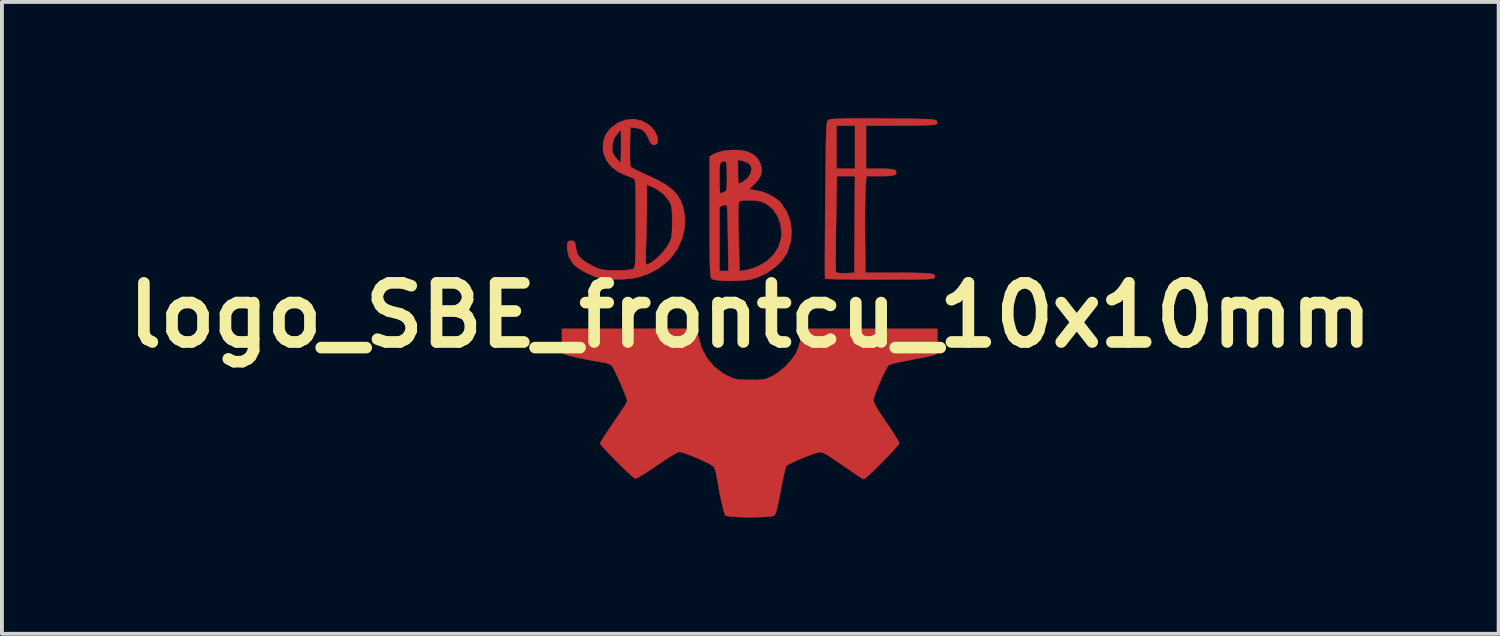
<source format=kicad_pcb>
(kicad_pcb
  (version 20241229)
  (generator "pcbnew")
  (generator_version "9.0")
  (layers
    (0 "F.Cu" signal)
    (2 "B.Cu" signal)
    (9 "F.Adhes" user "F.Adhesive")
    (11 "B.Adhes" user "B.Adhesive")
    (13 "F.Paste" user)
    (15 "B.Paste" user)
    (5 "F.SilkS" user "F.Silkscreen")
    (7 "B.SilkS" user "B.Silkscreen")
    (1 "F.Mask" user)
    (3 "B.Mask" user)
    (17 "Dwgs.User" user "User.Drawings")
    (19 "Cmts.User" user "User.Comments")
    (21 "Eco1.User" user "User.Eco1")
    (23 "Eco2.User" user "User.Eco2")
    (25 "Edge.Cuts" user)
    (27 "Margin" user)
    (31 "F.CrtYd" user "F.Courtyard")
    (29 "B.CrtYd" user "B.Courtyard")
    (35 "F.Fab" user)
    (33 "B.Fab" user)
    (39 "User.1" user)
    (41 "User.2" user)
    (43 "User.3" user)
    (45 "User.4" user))
  (footprint "logo_SBE_frontcu_10x10mm"
    (layer "F.Cu")
    (at 16.3 5.08)
    (property "Reference" "logo_SBE_frontcu_10x10mm" (at 0 0 0) (layer "F.SilkS") (effects (font (size 1.524 1.524) (thickness 0.3))))
    (attr through_hole)
    (fp_poly (pts (xy 3.025 -5.074) (xy 3.349 -5.073) (xy 3.424 -5.072) (xy 3.753 -5.07) (xy 4.024 -5.068) (xy 4.243 -5.065) (xy 4.416 -5.062) (xy 4.548 -5.058) (xy 4.646 -5.053) (xy 4.714 -5.046) (xy 4.759 -5.037) (xy 4.787 -5.027) (xy 4.802 -5.014) (xy 4.807 -5.008) (xy 4.824 -4.955) (xy 4.794 -4.921) (xy 4.75 -4.912) (xy 4.65 -4.905) (xy 4.501 -4.899) (xy 4.312 -4.894) (xy 4.089 -4.891) (xy 3.866 -4.89) (xy 2.985 -4.889) (xy 2.985 -3.778) (xy 3.346 -3.778) (xy 3.513 -3.776) (xy 3.627 -3.77) (xy 3.699 -3.757) (xy 3.739 -3.738) (xy 3.747 -3.731) (xy 3.77 -3.68) (xy 3.747 -3.635) (xy 3.714 -3.613) (xy 3.652 -3.599) (xy 3.551 -3.591) (xy 3.399 -3.588) (xy 3.349 -3.588) (xy 2.991 -3.588) (xy 2.97 -3.199) (xy 2.964 -3.057) (xy 2.96 -2.866) (xy 2.958 -2.639) (xy 2.957 -2.391) (xy 2.957 -2.135) (xy 2.959 -1.953) (xy 2.969 -1.097) (xy 3.833 -1.095) (xy 4.106 -1.094) (xy 4.322 -1.091) (xy 4.487 -1.086) (xy 4.607 -1.078) (xy 4.687 -1.066) (xy 4.736 -1.049) (xy 4.758 -1.026) (xy 4.76 -0.997) (xy 4.752 -0.971) (xy 4.742 -0.958) (xy 4.718 -0.949) (xy 4.674 -0.941) (xy 4.606 -0.934) (xy 4.508 -0.929) (xy 4.374 -0.926) (xy 4.198 -0.923) (xy 3.976 -0.922) (xy 3.703 -0.921) (xy 3.371 -0.921) (xy 3.337 -0.921) (xy 3.045 -0.921) (xy 2.774 -0.923) (xy 2.529 -0.925) (xy 2.317 -0.928) (xy 2.145 -0.932) (xy 2.019 -0.936) (xy 1.945 -0.941) (xy 1.928 -0.945) (xy 1.926 -0.98) (xy 1.925 -1.073) (xy 1.924 -1.219) (xy 1.924 -1.412) (xy 1.924 -1.415) (xy 2.203 -1.415) (xy 2.204 -1.263) (xy 2.206 -1.158) (xy 2.209 -1.109) (xy 2.21 -1.106) (xy 2.248 -1.093) (xy 2.332 -1.086) (xy 2.445 -1.086) (xy 2.455 -1.086) (xy 2.683 -1.095) (xy 2.699 -3.588) (xy 2.466 -3.588) (xy 2.233 -3.588) (xy 2.212 -2.362) (xy 2.208 -2.088) (xy 2.205 -1.835) (xy 2.203 -1.608) (xy 2.203 -1.415) (xy 1.924 -1.415) (xy 1.925 -1.647) (xy 1.926 -1.918) (xy 1.928 -2.22) (xy 1.93 -2.548) (xy 1.933 -2.895) (xy 1.934 -2.979) (xy 1.938 -3.386) (xy 1.941 -3.734) (xy 1.945 -4.029) (xy 1.948 -4.273) (xy 1.952 -4.474) (xy 1.956 -4.634) (xy 1.96 -4.759) (xy 1.965 -4.853) (xy 1.969 -4.889) (xy 2.223 -4.889) (xy 2.223 -3.778) (xy 2.699 -3.778) (xy 2.699 -4.889) (xy 2.223 -4.889) (xy 1.969 -4.889) (xy 1.972 -4.922) (xy 1.979 -4.969) (xy 1.988 -5) (xy 1.998 -5.02) (xy 2.01 -5.032) (xy 2.015 -5.035) (xy 2.039 -5.047) (xy 2.081 -5.056) (xy 2.147 -5.063) (xy 2.242 -5.068) (xy 2.372 -5.072) (xy 2.542 -5.074) (xy 2.758 -5.075) (xy 3.025 -5.074)) (stroke (width 0.01) (type solid)) (fill yes) (layer "F.Cu"))
    (fp_poly (pts (xy -0.281 -4.259) (xy -0.114 -4.232) (xy -0.049 -4.21) (xy 0.087 -4.139) (xy 0.18 -4.053) (xy 0.253 -3.929) (xy 0.26 -3.914) (xy 0.299 -3.767) (xy 0.281 -3.627) (xy 0.202 -3.487) (xy 0.108 -3.383) (xy -0.035 -3.246) (xy 0.141 -3.224) (xy 0.315 -3.184) (xy 0.495 -3.111) (xy 0.657 -3.016) (xy 0.781 -2.91) (xy 0.794 -2.895) (xy 0.939 -2.672) (xy 1.03 -2.424) (xy 1.065 -2.164) (xy 1.044 -1.901) (xy 0.964 -1.646) (xy 0.937 -1.588) (xy 0.814 -1.407) (xy 0.642 -1.24) (xy 0.433 -1.094) (xy 0.201 -0.982) (xy 0.053 -0.933) (xy -0.059 -0.912) (xy -0.204 -0.898) (xy -0.368 -0.889) (xy -0.538 -0.887) (xy -0.699 -0.891) (xy -0.839 -0.901) (xy -0.943 -0.917) (xy -0.998 -0.939) (xy -0.998 -0.939) (xy -1.009 -0.956) (xy -1.019 -0.987) (xy -1.027 -1.035) (xy -1.033 -1.108) (xy -1.038 -1.209) (xy -1.042 -1.345) (xy -1.045 -1.52) (xy -1.046 -1.739) (xy -1.047 -2.009) (xy -1.048 -2.334) (xy -1.048 -2.542) (xy -1.048 -2.796) (xy -0.794 -2.796) (xy -0.794 -1.143) (xy -0.565 -1.143) (xy -0.576 -1.982) (xy -0.58 -2.206) (xy -0.584 -2.41) (xy -0.59 -2.583) (xy -0.594 -2.687) (xy -0.311 -2.687) (xy -0.311 -2.506) (xy -0.307 -2.268) (xy -0.301 -2.018) (xy -0.277 -1.14) (xy -0.131 -1.16) (xy -0.021 -1.185) (xy 0.111 -1.229) (xy 0.211 -1.27) (xy 0.433 -1.401) (xy 0.606 -1.567) (xy 0.728 -1.763) (xy 0.793 -1.984) (xy 0.805 -2.127) (xy 0.778 -2.351) (xy 0.704 -2.554) (xy 0.588 -2.726) (xy 0.436 -2.857) (xy 0.298 -2.924) (xy 0.201 -2.947) (xy 0.078 -2.96) (xy -0.051 -2.965) (xy -0.169 -2.96) (xy -0.256 -2.946) (xy -0.289 -2.93) (xy -0.3 -2.896) (xy -0.307 -2.816) (xy -0.311 -2.687) (xy -0.594 -2.687) (xy -0.596 -2.718) (xy -0.601 -2.807) (xy -0.607 -2.84) (xy -0.647 -2.844) (xy -0.71 -2.827) (xy -0.794 -2.796) (xy -1.048 -2.796) (xy -1.048 -3.537) (xy -0.794 -3.537) (xy -0.793 -3.387) (xy -0.79 -3.264) (xy -0.786 -3.178) (xy -0.78 -3.144) (xy -0.78 -3.143) (xy -0.743 -3.153) (xy -0.685 -3.174) (xy -0.65 -3.189) (xy -0.627 -3.21) (xy -0.613 -3.25) (xy -0.606 -3.318) (xy -0.604 -3.428) (xy -0.603 -3.587) (xy -0.604 -3.701) (xy -0.318 -3.701) (xy -0.316 -3.571) (xy -0.311 -3.469) (xy -0.305 -3.408) (xy -0.3 -3.397) (xy -0.262 -3.41) (xy -0.195 -3.442) (xy -0.192 -3.444) (xy -0.073 -3.533) (xy 0.005 -3.648) (xy 0.032 -3.766) (xy 0.01 -3.862) (xy -0.061 -3.931) (xy -0.186 -3.978) (xy -0.214 -3.984) (xy -0.318 -4.006) (xy -0.318 -3.701) (xy -0.604 -3.701) (xy -0.604 -3.755) (xy -0.61 -3.869) (xy -0.623 -3.937) (xy -0.647 -3.967) (xy -0.686 -3.968) (xy -0.743 -3.95) (xy -0.744 -3.949) (xy -0.765 -3.932) (xy -0.779 -3.892) (xy -0.788 -3.819) (xy -0.793 -3.702) (xy -0.794 -3.537) (xy -1.048 -3.537) (xy -1.048 -4.094) (xy -0.976 -4.14) (xy -0.841 -4.201) (xy -0.665 -4.242) (xy -0.471 -4.262) (xy -0.281 -4.259)) (stroke (width 0.01) (type solid)) (fill yes) (layer "F.Cu"))
    (fp_poly (pts (xy -2.816 -5.021) (xy -2.638 -4.928) (xy -2.534 -4.837) (xy -2.452 -4.729) (xy -2.401 -4.618) (xy -2.382 -4.516) (xy -2.398 -4.437) (xy -2.448 -4.396) (xy -2.51 -4.391) (xy -2.561 -4.428) (xy -2.609 -4.513) (xy -2.634 -4.577) (xy -2.712 -4.715) (xy -2.825 -4.801) (xy -2.969 -4.834) (xy -3.096 -4.842) (xy -3.104 -4.35) (xy -3.105 -4.178) (xy -3.103 -4.028) (xy -3.099 -3.912) (xy -3.092 -3.841) (xy -3.088 -3.825) (xy -3.051 -3.801) (xy -2.968 -3.758) (xy -2.848 -3.7) (xy -2.703 -3.633) (xy -2.637 -3.604) (xy -2.375 -3.48) (xy -2.168 -3.361) (xy -2.008 -3.24) (xy -1.887 -3.11) (xy -1.799 -2.965) (xy -1.735 -2.798) (xy -1.733 -2.792) (xy -1.685 -2.524) (xy -1.695 -2.248) (xy -1.76 -1.975) (xy -1.877 -1.717) (xy -2.043 -1.484) (xy -2.11 -1.412) (xy -2.354 -1.213) (xy -2.637 -1.062) (xy -2.923 -0.97) (xy -3.066 -0.946) (xy -3.243 -0.931) (xy -3.435 -0.925) (xy -3.622 -0.928) (xy -3.786 -0.94) (xy -3.909 -0.961) (xy -3.921 -0.965) (xy -4.104 -1.033) (xy -4.279 -1.117) (xy -4.431 -1.208) (xy -4.544 -1.297) (xy -4.571 -1.326) (xy -4.675 -1.499) (xy -4.724 -1.692) (xy -4.725 -1.804) (xy -4.713 -1.881) (xy -4.684 -1.914) (xy -4.621 -1.921) (xy -4.62 -1.921) (xy -4.561 -1.916) (xy -4.53 -1.889) (xy -4.512 -1.824) (xy -4.504 -1.774) (xy -4.484 -1.67) (xy -4.457 -1.582) (xy -4.448 -1.561) (xy -4.373 -1.471) (xy -4.245 -1.373) (xy -4.072 -1.275) (xy -4.015 -1.247) (xy -3.929 -1.209) (xy -3.852 -1.184) (xy -3.769 -1.169) (xy -3.663 -1.161) (xy -3.516 -1.159) (xy -3.442 -1.159) (xy -3.249 -1.162) (xy -3.115 -1.171) (xy -3.034 -1.187) (xy -3.008 -1.2) (xy -2.995 -1.218) (xy -2.984 -1.251) (xy -2.975 -1.305) (xy -2.969 -1.387) (xy -2.964 -1.503) (xy -2.964 -1.513) (xy -2.695 -1.513) (xy -2.693 -1.391) (xy -2.687 -1.319) (xy -2.68 -1.302) (xy -2.636 -1.317) (xy -2.564 -1.355) (xy -2.546 -1.366) (xy -2.409 -1.47) (xy -2.271 -1.61) (xy -2.152 -1.762) (xy -2.09 -1.865) (xy -2.059 -1.937) (xy -2.037 -2.007) (xy -2.025 -2.093) (xy -2.018 -2.208) (xy -2.016 -2.367) (xy -2.016 -2.413) (xy -2.017 -2.581) (xy -2.021 -2.7) (xy -2.031 -2.785) (xy -2.048 -2.85) (xy -2.076 -2.91) (xy -2.101 -2.955) (xy -2.233 -3.118) (xy -2.417 -3.253) (xy -2.548 -3.317) (xy -2.667 -3.366) (xy -2.667 -2.911) (xy -2.668 -2.716) (xy -2.672 -2.481) (xy -2.677 -2.231) (xy -2.684 -1.989) (xy -2.688 -1.878) (xy -2.694 -1.678) (xy -2.695 -1.513) (xy -2.964 -1.513) (xy -2.96 -1.659) (xy -2.957 -1.861) (xy -2.956 -2.116) (xy -2.954 -2.362) (xy -2.954 -2.672) (xy -2.954 -2.924) (xy -2.956 -3.123) (xy -2.96 -3.275) (xy -2.965 -3.385) (xy -2.973 -3.459) (xy -2.982 -3.5) (xy -2.991 -3.515) (xy -3.044 -3.543) (xy -3.133 -3.579) (xy -3.182 -3.597) (xy -3.405 -3.697) (xy -3.583 -3.832) (xy -3.712 -3.996) (xy -3.787 -4.185) (xy -3.795 -4.232) (xy -3.561 -4.232) (xy -3.541 -4.179) (xy -3.496 -4.104) (xy -3.439 -4.026) (xy -3.385 -3.964) (xy -3.348 -3.937) (xy -3.346 -3.937) (xy -3.342 -3.967) (xy -3.338 -4.048) (xy -3.335 -4.17) (xy -3.334 -4.32) (xy -3.334 -4.355) (xy -3.334 -4.772) (xy -3.401 -4.712) (xy -3.503 -4.58) (xy -3.555 -4.412) (xy -3.561 -4.232) (xy -3.795 -4.232) (xy -3.8 -4.267) (xy -3.794 -4.476) (xy -3.729 -4.661) (xy -3.606 -4.821) (xy -3.587 -4.839) (xy -3.404 -4.968) (xy -3.208 -5.041) (xy -3.009 -5.059) (xy -2.816 -5.021)) (stroke (width 0.01) (type solid)) (fill yes) (layer "F.Cu"))
    (fp_poly (pts (xy -1.337 0.562) (xy -1.254 0.849) (xy -1.119 1.104) (xy -0.936 1.321) (xy -0.71 1.495) (xy -0.582 1.564) (xy -0.483 1.609) (xy -0.402 1.638) (xy -0.32 1.656) (xy -0.218 1.664) (xy -0.08 1.667) (xy 0 1.667) (xy 0.162 1.666) (xy 0.279 1.66) (xy 0.366 1.648) (xy 0.442 1.625) (xy 0.525 1.589) (xy 0.556 1.574) (xy 0.729 1.467) (xy 0.902 1.321) (xy 1.056 1.155) (xy 1.172 0.988) (xy 1.187 0.96) (xy 1.237 0.839) (xy 1.282 0.691) (xy 1.308 0.573) (xy 1.346 0.349) (xy 4.826 0.349) (xy 4.826 0.663) (xy 4.822 0.837) (xy 4.81 0.95) (xy 4.789 1.005) (xy 4.786 1.008) (xy 4.743 1.024) (xy 4.649 1.048) (xy 4.513 1.078) (xy 4.348 1.111) (xy 4.191 1.141) (xy 4.007 1.177) (xy 3.842 1.211) (xy 3.707 1.242) (xy 3.614 1.267) (xy 3.576 1.282) (xy 3.54 1.326) (xy 3.489 1.416) (xy 3.428 1.539) (xy 3.362 1.681) (xy 3.299 1.829) (xy 3.243 1.97) (xy 3.2 2.089) (xy 3.178 2.174) (xy 3.175 2.195) (xy 3.195 2.26) (xy 3.254 2.372) (xy 3.352 2.531) (xy 3.488 2.734) (xy 3.508 2.764) (xy 3.614 2.92) (xy 3.706 3.062) (xy 3.779 3.178) (xy 3.826 3.261) (xy 3.842 3.3) (xy 3.82 3.337) (xy 3.761 3.408) (xy 3.672 3.506) (xy 3.563 3.622) (xy 3.442 3.747) (xy 3.317 3.873) (xy 3.196 3.992) (xy 3.088 4.094) (xy 3.002 4.171) (xy 2.946 4.216) (xy 2.931 4.223) (xy 2.917 4.221) (xy 2.896 4.213) (xy 2.862 4.194) (xy 2.809 4.161) (xy 2.73 4.108) (xy 2.619 4.033) (xy 2.468 3.929) (xy 2.272 3.795) (xy 2.261 3.787) (xy 2.104 3.68) (xy 1.989 3.607) (xy 1.905 3.56) (xy 1.844 3.537) (xy 1.794 3.53) (xy 1.768 3.532) (xy 1.697 3.551) (xy 1.587 3.589) (xy 1.453 3.64) (xy 1.31 3.699) (xy 1.171 3.758) (xy 1.052 3.814) (xy 0.967 3.858) (xy 0.932 3.881) (xy 0.915 3.924) (xy 0.889 4.019) (xy 0.857 4.155) (xy 0.822 4.323) (xy 0.785 4.512) (xy 0.783 4.523) (xy 0.74 4.75) (xy 0.704 4.92) (xy 0.673 5.041) (xy 0.647 5.119) (xy 0.622 5.16) (xy 0.616 5.166) (xy 0.561 5.183) (xy 0.457 5.196) (xy 0.316 5.205) (xy 0.15 5.21) (xy -0.027 5.211) (xy -0.203 5.208) (xy -0.365 5.202) (xy -0.502 5.191) (xy -0.599 5.178) (xy -0.645 5.161) (xy -0.666 5.114) (xy -0.696 5.015) (xy -0.73 4.874) (xy -0.768 4.7) (xy -0.807 4.505) (xy -0.844 4.297) (xy -0.877 4.102) (xy -0.902 4) (xy -0.939 3.917) (xy -0.949 3.901) (xy -0.999 3.865) (xy -1.094 3.813) (xy -1.22 3.752) (xy -1.364 3.689) (xy -1.51 3.628) (xy -1.646 3.576) (xy -1.756 3.54) (xy -1.827 3.524) (xy -1.832 3.524) (xy -1.88 3.542) (xy -1.972 3.591) (xy -2.097 3.667) (xy -2.247 3.764) (xy -2.412 3.876) (xy -2.622 4.018) (xy -2.783 4.121) (xy -2.896 4.184) (xy -2.963 4.21) (xy -2.976 4.209) (xy -3.016 4.182) (xy -3.089 4.118) (xy -3.188 4.026) (xy -3.303 3.914) (xy -3.426 3.792) (xy -3.55 3.667) (xy -3.664 3.548) (xy -3.761 3.444) (xy -3.833 3.364) (xy -3.87 3.315) (xy -3.874 3.306) (xy -3.866 3.284) (xy -3.841 3.24) (xy -3.797 3.168) (xy -3.729 3.064) (xy -3.636 2.924) (xy -3.513 2.742) (xy -3.358 2.515) (xy -3.281 2.401) (xy -3.223 2.311) (xy -3.185 2.236) (xy -3.175 2.203) (xy -3.188 2.152) (xy -3.222 2.058) (xy -3.273 1.933) (xy -3.333 1.792) (xy -3.397 1.647) (xy -3.46 1.511) (xy -3.514 1.4) (xy -3.555 1.325) (xy -3.57 1.304) (xy -3.634 1.262) (xy -3.729 1.23) (xy -3.756 1.225) (xy -3.957 1.191) (xy -4.159 1.154) (xy -4.351 1.115) (xy -4.523 1.078) (xy -4.664 1.043) (xy -4.764 1.014) (xy -4.813 0.993) (xy -4.814 0.992) (xy -4.837 0.944) (xy -4.851 0.85) (xy -4.857 0.703) (xy -4.858 0.649) (xy -4.858 0.349) (xy -1.376 0.349) (xy -1.337 0.562)) (stroke (width 0.01) (type solid)) (fill yes) (layer "F.Cu"))
    (fp_poly (pts (xy 3.025 -5.074) (xy 3.349 -5.073) (xy 3.424 -5.072) (xy 3.753 -5.07) (xy 4.024 -5.068) (xy 4.243 -5.065) (xy 4.416 -5.062) (xy 4.548 -5.058) (xy 4.646 -5.053) (xy 4.714 -5.046) (xy 4.759 -5.037) (xy 4.787 -5.027) (xy 4.802 -5.014) (xy 4.807 -5.008) (xy 4.824 -4.955) (xy 4.794 -4.921) (xy 4.75 -4.912) (xy 4.65 -4.905) (xy 4.501 -4.899) (xy 4.312 -4.894) (xy 4.089 -4.891) (xy 3.866 -4.89) (xy 2.985 -4.889) (xy 2.985 -3.778) (xy 3.346 -3.778) (xy 3.513 -3.776) (xy 3.627 -3.77) (xy 3.699 -3.757) (xy 3.739 -3.738) (xy 3.747 -3.731) (xy 3.77 -3.68) (xy 3.747 -3.635) (xy 3.714 -3.613) (xy 3.652 -3.599) (xy 3.551 -3.591) (xy 3.399 -3.588) (xy 3.349 -3.588) (xy 2.991 -3.588) (xy 2.97 -3.199) (xy 2.964 -3.057) (xy 2.96 -2.866) (xy 2.958 -2.639) (xy 2.957 -2.391) (xy 2.957 -2.135) (xy 2.959 -1.953) (xy 2.969 -1.097) (xy 3.833 -1.095) (xy 4.106 -1.094) (xy 4.322 -1.091) (xy 4.487 -1.086) (xy 4.607 -1.078) (xy 4.687 -1.066) (xy 4.736 -1.049) (xy 4.758 -1.026) (xy 4.76 -0.997) (xy 4.752 -0.971) (xy 4.742 -0.958) (xy 4.718 -0.949) (xy 4.674 -0.941) (xy 4.606 -0.934) (xy 4.508 -0.929) (xy 4.374 -0.926) (xy 4.198 -0.923) (xy 3.976 -0.922) (xy 3.703 -0.921) (xy 3.371 -0.921) (xy 3.337 -0.921) (xy 3.045 -0.921) (xy 2.774 -0.923) (xy 2.529 -0.925) (xy 2.317 -0.928) (xy 2.145 -0.932) (xy 2.019 -0.936) (xy 1.945 -0.941) (xy 1.928 -0.945) (xy 1.926 -0.98) (xy 1.925 -1.073) (xy 1.924 -1.219) (xy 1.924 -1.412) (xy 1.924 -1.415) (xy 2.203 -1.415) (xy 2.204 -1.263) (xy 2.206 -1.158) (xy 2.209 -1.109) (xy 2.21 -1.106) (xy 2.248 -1.093) (xy 2.332 -1.086) (xy 2.445 -1.086) (xy 2.455 -1.086) (xy 2.683 -1.095) (xy 2.699 -3.588) (xy 2.466 -3.588) (xy 2.233 -3.588) (xy 2.212 -2.362) (xy 2.208 -2.088) (xy 2.205 -1.835) (xy 2.203 -1.608) (xy 2.203 -1.415) (xy 1.924 -1.415) (xy 1.925 -1.647) (xy 1.926 -1.918) (xy 1.928 -2.22) (xy 1.93 -2.548) (xy 1.933 -2.895) (xy 1.934 -2.979) (xy 1.938 -3.386) (xy 1.941 -3.734) (xy 1.945 -4.029) (xy 1.948 -4.273) (xy 1.952 -4.474) (xy 1.956 -4.634) (xy 1.96 -4.759) (xy 1.965 -4.853) (xy 1.969 -4.889) (xy 2.223 -4.889) (xy 2.223 -3.778) (xy 2.699 -3.778) (xy 2.699 -4.889) (xy 2.223 -4.889) (xy 1.969 -4.889) (xy 1.972 -4.922) (xy 1.979 -4.969) (xy 1.988 -5) (xy 1.998 -5.02) (xy 2.01 -5.032) (xy 2.015 -5.035) (xy 2.039 -5.047) (xy 2.081 -5.056) (xy 2.147 -5.063) (xy 2.242 -5.068) (xy 2.372 -5.072) (xy 2.542 -5.074) (xy 2.758 -5.075) (xy 3.025 -5.074)) (stroke (width 0.01) (type solid)) (fill yes) (layer "F.Mask"))
    (fp_poly (pts (xy -0.281 -4.259) (xy -0.114 -4.232) (xy -0.049 -4.21) (xy 0.087 -4.139) (xy 0.18 -4.053) (xy 0.253 -3.929) (xy 0.26 -3.914) (xy 0.299 -3.767) (xy 0.281 -3.627) (xy 0.202 -3.487) (xy 0.108 -3.383) (xy -0.035 -3.246) (xy 0.141 -3.224) (xy 0.315 -3.184) (xy 0.495 -3.111) (xy 0.657 -3.016) (xy 0.781 -2.91) (xy 0.794 -2.895) (xy 0.939 -2.672) (xy 1.03 -2.424) (xy 1.065 -2.164) (xy 1.044 -1.901) (xy 0.964 -1.646) (xy 0.937 -1.588) (xy 0.814 -1.407) (xy 0.642 -1.24) (xy 0.433 -1.094) (xy 0.201 -0.982) (xy 0.053 -0.933) (xy -0.059 -0.912) (xy -0.204 -0.898) (xy -0.368 -0.889) (xy -0.538 -0.887) (xy -0.699 -0.891) (xy -0.839 -0.901) (xy -0.943 -0.917) (xy -0.998 -0.939) (xy -0.998 -0.939) (xy -1.009 -0.956) (xy -1.019 -0.987) (xy -1.027 -1.035) (xy -1.033 -1.108) (xy -1.038 -1.209) (xy -1.042 -1.345) (xy -1.045 -1.52) (xy -1.046 -1.739) (xy -1.047 -2.009) (xy -1.048 -2.334) (xy -1.048 -2.542) (xy -1.048 -2.796) (xy -0.794 -2.796) (xy -0.794 -1.143) (xy -0.565 -1.143) (xy -0.576 -1.982) (xy -0.58 -2.206) (xy -0.584 -2.41) (xy -0.59 -2.583) (xy -0.594 -2.687) (xy -0.311 -2.687) (xy -0.311 -2.506) (xy -0.307 -2.268) (xy -0.301 -2.018) (xy -0.277 -1.14) (xy -0.131 -1.16) (xy -0.021 -1.185) (xy 0.111 -1.229) (xy 0.211 -1.27) (xy 0.433 -1.401) (xy 0.606 -1.567) (xy 0.728 -1.763) (xy 0.793 -1.984) (xy 0.805 -2.127) (xy 0.778 -2.351) (xy 0.704 -2.554) (xy 0.588 -2.726) (xy 0.436 -2.857) (xy 0.298 -2.924) (xy 0.201 -2.947) (xy 0.078 -2.96) (xy -0.051 -2.965) (xy -0.169 -2.96) (xy -0.256 -2.946) (xy -0.289 -2.93) (xy -0.3 -2.896) (xy -0.307 -2.816) (xy -0.311 -2.687) (xy -0.594 -2.687) (xy -0.596 -2.718) (xy -0.601 -2.807) (xy -0.607 -2.84) (xy -0.647 -2.844) (xy -0.71 -2.827) (xy -0.794 -2.796) (xy -1.048 -2.796) (xy -1.048 -3.537) (xy -0.794 -3.537) (xy -0.793 -3.387) (xy -0.79 -3.264) (xy -0.786 -3.178) (xy -0.78 -3.144) (xy -0.78 -3.143) (xy -0.743 -3.153) (xy -0.685 -3.174) (xy -0.65 -3.189) (xy -0.627 -3.21) (xy -0.613 -3.25) (xy -0.606 -3.318) (xy -0.604 -3.428) (xy -0.603 -3.587) (xy -0.604 -3.701) (xy -0.318 -3.701) (xy -0.316 -3.571) (xy -0.311 -3.469) (xy -0.305 -3.408) (xy -0.3 -3.397) (xy -0.262 -3.41) (xy -0.195 -3.442) (xy -0.192 -3.444) (xy -0.073 -3.533) (xy 0.005 -3.648) (xy 0.032 -3.766) (xy 0.01 -3.862) (xy -0.061 -3.931) (xy -0.186 -3.978) (xy -0.214 -3.984) (xy -0.318 -4.006) (xy -0.318 -3.701) (xy -0.604 -3.701) (xy -0.604 -3.755) (xy -0.61 -3.869) (xy -0.623 -3.937) (xy -0.647 -3.967) (xy -0.686 -3.968) (xy -0.743 -3.95) (xy -0.744 -3.949) (xy -0.765 -3.932) (xy -0.779 -3.892) (xy -0.788 -3.819) (xy -0.793 -3.702) (xy -0.794 -3.537) (xy -1.048 -3.537) (xy -1.048 -4.094) (xy -0.976 -4.14) (xy -0.841 -4.201) (xy -0.665 -4.242) (xy -0.471 -4.262) (xy -0.281 -4.259)) (stroke (width 0.01) (type solid)) (fill yes) (layer "F.Mask"))
    (fp_poly (pts (xy -2.816 -5.021) (xy -2.638 -4.928) (xy -2.534 -4.837) (xy -2.452 -4.729) (xy -2.401 -4.618) (xy -2.382 -4.516) (xy -2.398 -4.437) (xy -2.448 -4.396) (xy -2.51 -4.391) (xy -2.561 -4.428) (xy -2.609 -4.513) (xy -2.634 -4.577) (xy -2.712 -4.715) (xy -2.825 -4.801) (xy -2.969 -4.834) (xy -3.096 -4.842) (xy -3.104 -4.35) (xy -3.105 -4.178) (xy -3.103 -4.028) (xy -3.099 -3.912) (xy -3.092 -3.841) (xy -3.088 -3.825) (xy -3.051 -3.801) (xy -2.968 -3.758) (xy -2.848 -3.7) (xy -2.703 -3.633) (xy -2.637 -3.604) (xy -2.375 -3.48) (xy -2.168 -3.361) (xy -2.008 -3.24) (xy -1.887 -3.11) (xy -1.799 -2.965) (xy -1.735 -2.798) (xy -1.733 -2.792) (xy -1.685 -2.524) (xy -1.695 -2.248) (xy -1.76 -1.975) (xy -1.877 -1.717) (xy -2.043 -1.484) (xy -2.11 -1.412) (xy -2.354 -1.213) (xy -2.637 -1.062) (xy -2.923 -0.97) (xy -3.066 -0.946) (xy -3.243 -0.931) (xy -3.435 -0.925) (xy -3.622 -0.928) (xy -3.786 -0.94) (xy -3.909 -0.961) (xy -3.921 -0.965) (xy -4.104 -1.033) (xy -4.279 -1.117) (xy -4.431 -1.208) (xy -4.544 -1.297) (xy -4.571 -1.326) (xy -4.675 -1.499) (xy -4.724 -1.692) (xy -4.725 -1.804) (xy -4.713 -1.881) (xy -4.684 -1.914) (xy -4.621 -1.921) (xy -4.62 -1.921) (xy -4.561 -1.916) (xy -4.53 -1.889) (xy -4.512 -1.824) (xy -4.504 -1.774) (xy -4.484 -1.67) (xy -4.457 -1.582) (xy -4.448 -1.561) (xy -4.373 -1.471) (xy -4.245 -1.373) (xy -4.072 -1.275) (xy -4.015 -1.247) (xy -3.929 -1.209) (xy -3.852 -1.184) (xy -3.769 -1.169) (xy -3.663 -1.161) (xy -3.516 -1.159) (xy -3.442 -1.159) (xy -3.249 -1.162) (xy -3.115 -1.171) (xy -3.034 -1.187) (xy -3.008 -1.2) (xy -2.995 -1.218) (xy -2.984 -1.251) (xy -2.975 -1.305) (xy -2.969 -1.387) (xy -2.964 -1.503) (xy -2.964 -1.513) (xy -2.695 -1.513) (xy -2.693 -1.391) (xy -2.687 -1.319) (xy -2.68 -1.302) (xy -2.636 -1.317) (xy -2.564 -1.355) (xy -2.546 -1.366) (xy -2.409 -1.47) (xy -2.271 -1.61) (xy -2.152 -1.762) (xy -2.09 -1.865) (xy -2.059 -1.937) (xy -2.037 -2.007) (xy -2.025 -2.093) (xy -2.018 -2.208) (xy -2.016 -2.367) (xy -2.016 -2.413) (xy -2.017 -2.581) (xy -2.021 -2.7) (xy -2.031 -2.785) (xy -2.048 -2.85) (xy -2.076 -2.91) (xy -2.101 -2.955) (xy -2.233 -3.118) (xy -2.417 -3.253) (xy -2.548 -3.317) (xy -2.667 -3.366) (xy -2.667 -2.911) (xy -2.668 -2.716) (xy -2.672 -2.481) (xy -2.677 -2.231) (xy -2.684 -1.989) (xy -2.688 -1.878) (xy -2.694 -1.678) (xy -2.695 -1.513) (xy -2.964 -1.513) (xy -2.96 -1.659) (xy -2.957 -1.861) (xy -2.956 -2.116) (xy -2.954 -2.362) (xy -2.954 -2.672) (xy -2.954 -2.924) (xy -2.956 -3.123) (xy -2.96 -3.275) (xy -2.965 -3.385) (xy -2.973 -3.459) (xy -2.982 -3.5) (xy -2.991 -3.515) (xy -3.044 -3.543) (xy -3.133 -3.579) (xy -3.182 -3.597) (xy -3.405 -3.697) (xy -3.583 -3.832) (xy -3.712 -3.996) (xy -3.787 -4.185) (xy -3.795 -4.232) (xy -3.561 -4.232) (xy -3.541 -4.179) (xy -3.496 -4.104) (xy -3.439 -4.026) (xy -3.385 -3.964) (xy -3.348 -3.937) (xy -3.346 -3.937) (xy -3.342 -3.967) (xy -3.338 -4.048) (xy -3.335 -4.17) (xy -3.334 -4.32) (xy -3.334 -4.355) (xy -3.334 -4.772) (xy -3.401 -4.712) (xy -3.503 -4.58) (xy -3.555 -4.412) (xy -3.561 -4.232) (xy -3.795 -4.232) (xy -3.8 -4.267) (xy -3.794 -4.476) (xy -3.729 -4.661) (xy -3.606 -4.821) (xy -3.587 -4.839) (xy -3.404 -4.968) (xy -3.208 -5.041) (xy -3.009 -5.059) (xy -2.816 -5.021)) (stroke (width 0.01) (type solid)) (fill yes) (layer "F.Mask"))
    (fp_poly (pts (xy -1.337 0.562) (xy -1.254 0.849) (xy -1.119 1.104) (xy -0.936 1.321) (xy -0.71 1.495) (xy -0.582 1.564) (xy -0.483 1.609) (xy -0.402 1.638) (xy -0.32 1.656) (xy -0.218 1.664) (xy -0.08 1.667) (xy 0 1.667) (xy 0.162 1.666) (xy 0.279 1.66) (xy 0.366 1.648) (xy 0.442 1.625) (xy 0.525 1.589) (xy 0.556 1.574) (xy 0.729 1.467) (xy 0.902 1.321) (xy 1.056 1.155) (xy 1.172 0.988) (xy 1.187 0.96) (xy 1.237 0.839) (xy 1.282 0.691) (xy 1.308 0.573) (xy 1.346 0.349) (xy 4.826 0.349) (xy 4.826 0.663) (xy 4.822 0.837) (xy 4.81 0.95) (xy 4.789 1.005) (xy 4.786 1.008) (xy 4.743 1.024) (xy 4.649 1.048) (xy 4.513 1.078) (xy 4.348 1.111) (xy 4.191 1.141) (xy 4.007 1.177) (xy 3.842 1.211) (xy 3.707 1.242) (xy 3.614 1.267) (xy 3.576 1.282) (xy 3.54 1.326) (xy 3.489 1.416) (xy 3.428 1.539) (xy 3.362 1.681) (xy 3.299 1.829) (xy 3.243 1.97) (xy 3.2 2.089) (xy 3.178 2.174) (xy 3.175 2.195) (xy 3.195 2.26) (xy 3.254 2.372) (xy 3.352 2.531) (xy 3.488 2.734) (xy 3.508 2.764) (xy 3.614 2.92) (xy 3.706 3.062) (xy 3.779 3.178) (xy 3.826 3.261) (xy 3.842 3.3) (xy 3.82 3.337) (xy 3.761 3.408) (xy 3.672 3.506) (xy 3.563 3.622) (xy 3.442 3.747) (xy 3.317 3.873) (xy 3.196 3.992) (xy 3.088 4.094) (xy 3.002 4.171) (xy 2.946 4.216) (xy 2.931 4.223) (xy 2.917 4.221) (xy 2.896 4.213) (xy 2.862 4.194) (xy 2.809 4.161) (xy 2.73 4.108) (xy 2.619 4.033) (xy 2.468 3.929) (xy 2.272 3.795) (xy 2.261 3.787) (xy 2.104 3.68) (xy 1.989 3.607) (xy 1.905 3.56) (xy 1.844 3.537) (xy 1.794 3.53) (xy 1.768 3.532) (xy 1.697 3.551) (xy 1.587 3.589) (xy 1.453 3.64) (xy 1.31 3.699) (xy 1.171 3.758) (xy 1.052 3.814) (xy 0.967 3.858) (xy 0.932 3.881) (xy 0.915 3.924) (xy 0.889 4.019) (xy 0.857 4.155) (xy 0.822 4.323) (xy 0.785 4.512) (xy 0.783 4.523) (xy 0.74 4.75) (xy 0.704 4.92) (xy 0.673 5.041) (xy 0.647 5.119) (xy 0.622 5.16) (xy 0.616 5.166) (xy 0.561 5.183) (xy 0.457 5.196) (xy 0.316 5.205) (xy 0.15 5.21) (xy -0.027 5.211) (xy -0.203 5.208) (xy -0.365 5.202) (xy -0.502 5.191) (xy -0.599 5.178) (xy -0.645 5.161) (xy -0.666 5.114) (xy -0.696 5.015) (xy -0.73 4.874) (xy -0.768 4.7) (xy -0.807 4.505) (xy -0.844 4.297) (xy -0.877 4.102) (xy -0.902 4) (xy -0.939 3.917) (xy -0.949 3.901) (xy -0.999 3.865) (xy -1.094 3.813) (xy -1.22 3.752) (xy -1.364 3.689) (xy -1.51 3.628) (xy -1.646 3.576) (xy -1.756 3.54) (xy -1.827 3.524) (xy -1.832 3.524) (xy -1.88 3.542) (xy -1.972 3.591) (xy -2.097 3.667) (xy -2.247 3.764) (xy -2.412 3.876) (xy -2.622 4.018) (xy -2.783 4.121) (xy -2.896 4.184) (xy -2.963 4.21) (xy -2.976 4.209) (xy -3.016 4.182) (xy -3.089 4.118) (xy -3.188 4.026) (xy -3.303 3.914) (xy -3.426 3.792) (xy -3.55 3.667) (xy -3.664 3.548) (xy -3.761 3.444) (xy -3.833 3.364) (xy -3.87 3.315) (xy -3.874 3.306) (xy -3.866 3.284) (xy -3.841 3.24) (xy -3.797 3.168) (xy -3.729 3.064) (xy -3.636 2.924) (xy -3.513 2.742) (xy -3.358 2.515) (xy -3.281 2.401) (xy -3.223 2.311) (xy -3.185 2.236) (xy -3.175 2.203) (xy -3.188 2.152) (xy -3.222 2.058) (xy -3.273 1.933) (xy -3.333 1.792) (xy -3.397 1.647) (xy -3.46 1.511) (xy -3.514 1.4) (xy -3.555 1.325) (xy -3.57 1.304) (xy -3.634 1.262) (xy -3.729 1.23) (xy -3.756 1.225) (xy -3.957 1.191) (xy -4.159 1.154) (xy -4.351 1.115) (xy -4.523 1.078) (xy -4.664 1.043) (xy -4.764 1.014) (xy -4.813 0.993) (xy -4.814 0.992) (xy -4.837 0.944) (xy -4.851 0.85) (xy -4.857 0.703) (xy -4.858 0.649) (xy -4.858 0.349) (xy -1.376 0.349) (xy -1.337 0.562)) (stroke (width 0.01) (type solid)) (fill yes) (layer "F.Mask")))
  (gr_rect
    (start -3 -3)
    (end 35.599 13.296)
    (stroke (width 0.1) (type default))
    (fill no)
    (layer "Edge.Cuts")))
</source>
